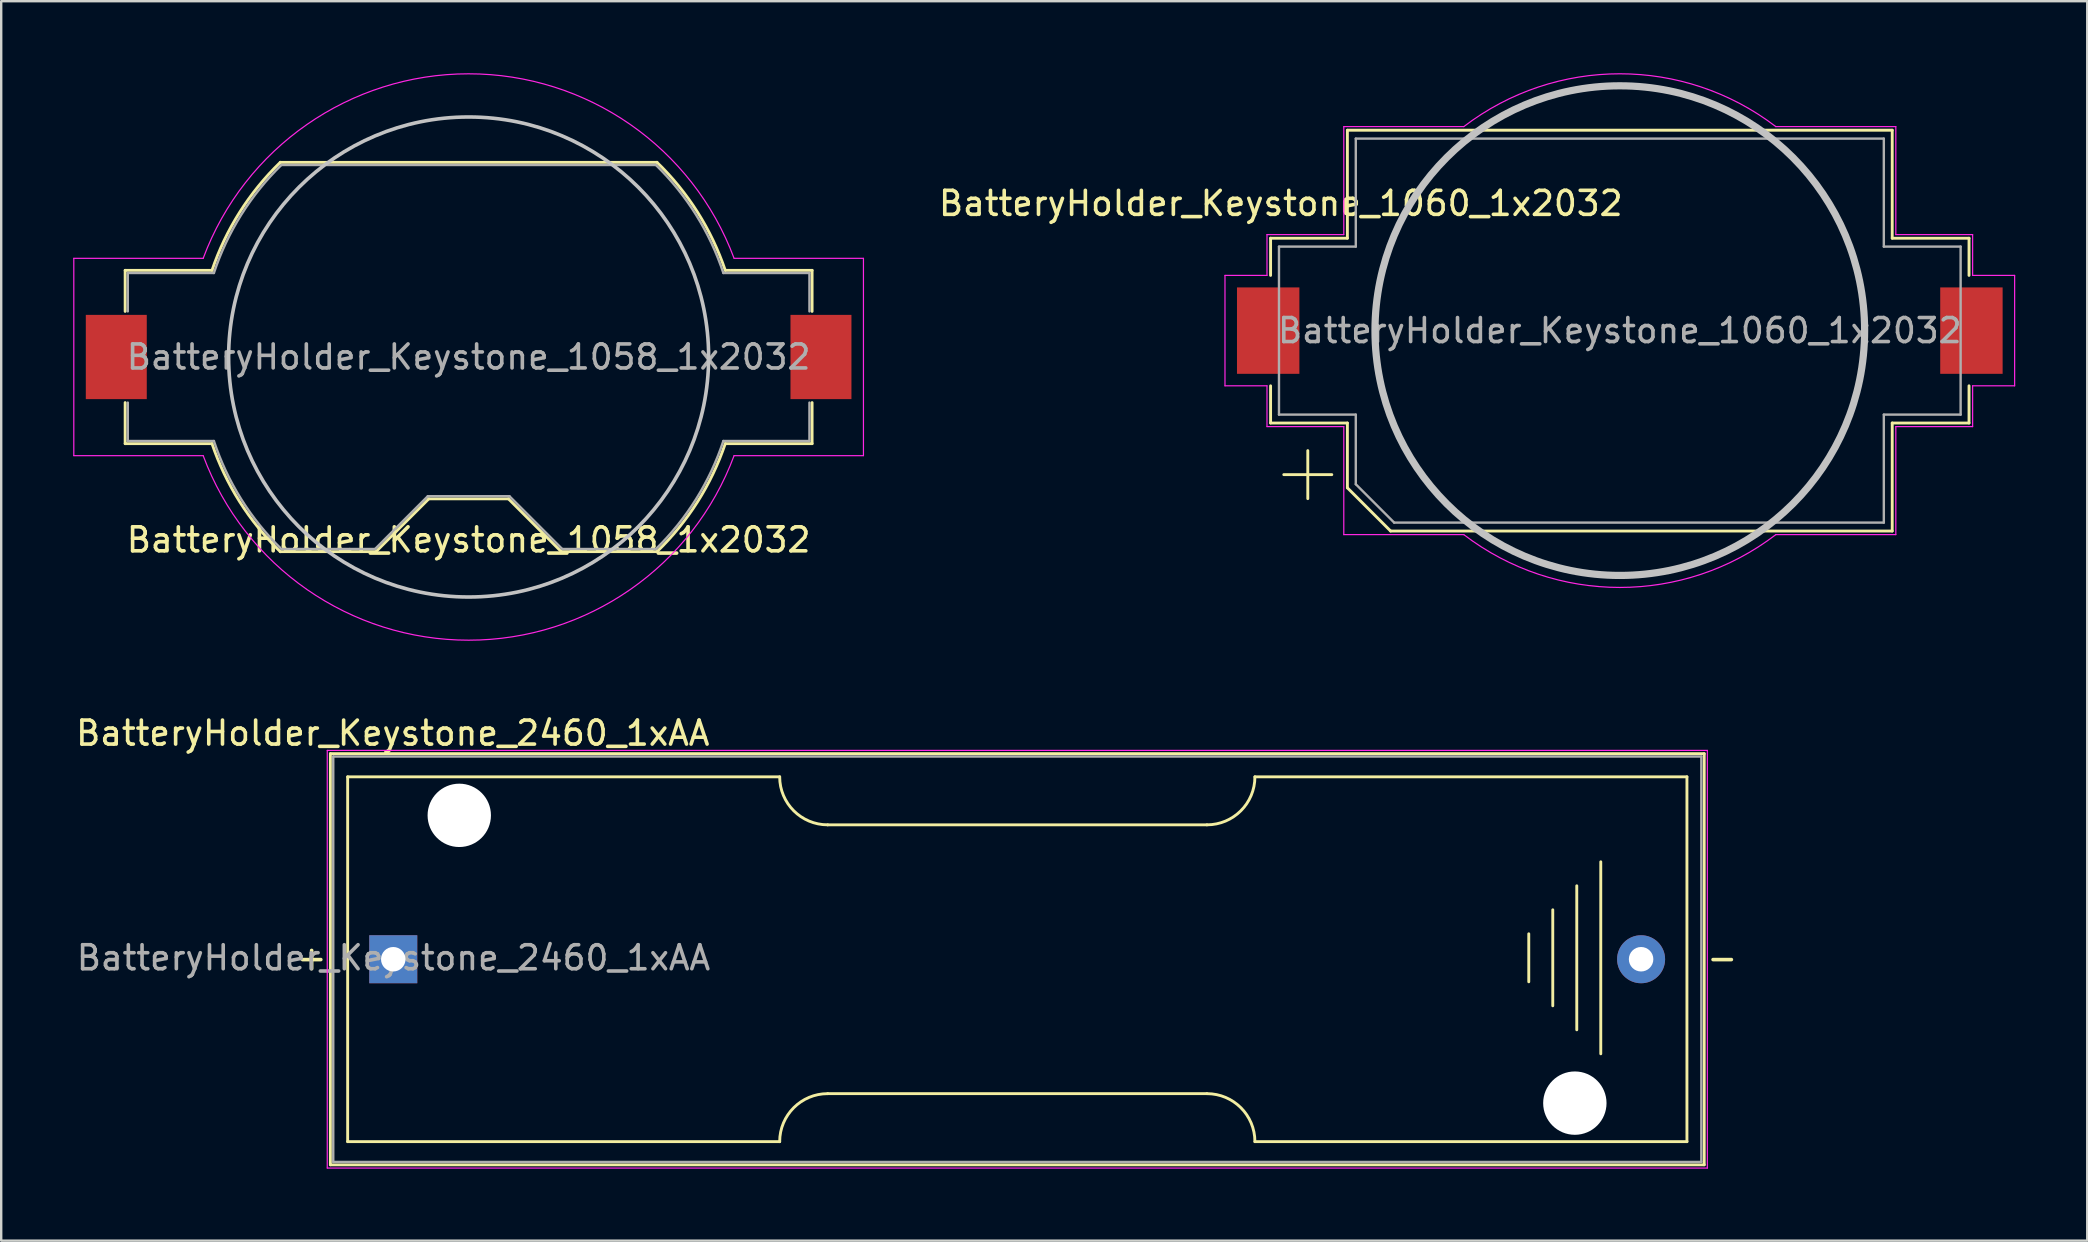
<source format=kicad_pcb>
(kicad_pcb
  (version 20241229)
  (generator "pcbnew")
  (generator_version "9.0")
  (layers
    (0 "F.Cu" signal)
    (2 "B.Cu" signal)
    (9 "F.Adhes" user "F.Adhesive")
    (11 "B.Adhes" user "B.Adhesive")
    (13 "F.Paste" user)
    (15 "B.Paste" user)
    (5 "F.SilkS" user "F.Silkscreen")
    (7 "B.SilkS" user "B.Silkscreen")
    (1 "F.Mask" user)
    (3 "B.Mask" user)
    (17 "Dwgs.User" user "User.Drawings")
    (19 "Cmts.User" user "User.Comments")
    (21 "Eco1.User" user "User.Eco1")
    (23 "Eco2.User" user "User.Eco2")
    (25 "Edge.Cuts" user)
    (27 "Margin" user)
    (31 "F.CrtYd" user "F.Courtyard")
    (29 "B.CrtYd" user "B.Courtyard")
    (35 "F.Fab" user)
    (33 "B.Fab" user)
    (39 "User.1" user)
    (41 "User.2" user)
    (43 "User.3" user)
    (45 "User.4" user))
  (footprint "BatteryHolder_Keystone_2460_1xAA"
    (layer "F.Cu")
    (at 13.335 36.916)
    (property "Reference" "BatteryHolder_Keystone_2460_1xAA" (at -0.02 -9.42 180) (layer "F.SilkS") (effects (font (size 1 1) (thickness 0.15))))
    (attr through_hole)
    (fp_line (start -2.62 -8.565) (end 54.62 -8.565) (stroke (width 0.12) (type solid)) (layer "F.SilkS"))
    (fp_line (start -2.62 8.565) (end -2.62 -8.565) (stroke (width 0.12) (type solid)) (layer "F.SilkS"))
    (fp_line (start -1.9 -7.6) (end -1.9 7.6) (stroke (width 0.12) (type solid)) (layer "F.SilkS"))
    (fp_line (start -1.9 -7.6) (end 16.1 -7.6) (stroke (width 0.12) (type solid)) (layer "F.SilkS"))
    (fp_line (start -1.9 7.6) (end 16.1 7.6) (stroke (width 0.12) (type solid)) (layer "F.SilkS"))
    (fp_line (start 18.1 -5.6) (end 33.9 -5.6) (stroke (width 0.12) (type solid)) (layer "F.SilkS"))
    (fp_line (start 33.9 5.6) (end 18.1 5.6) (stroke (width 0.12) (type solid)) (layer "F.SilkS"))
    (fp_line (start 35.9 -7.6) (end 53.9 -7.6) (stroke (width 0.12) (type solid)) (layer "F.SilkS"))
    (fp_line (start 35.9 7.6) (end 53.9 7.6) (stroke (width 0.12) (type solid)) (layer "F.SilkS"))
    (fp_line (start 47.31 -1.06) (end 47.31 0.94) (stroke (width 0.12) (type solid)) (layer "F.SilkS"))
    (fp_line (start 48.31 -2.06) (end 48.31 1.94) (stroke (width 0.12) (type solid)) (layer "F.SilkS"))
    (fp_line (start 49.31 2.94) (end 49.31 -3.06) (stroke (width 0.12) (type solid)) (layer "F.SilkS"))
    (fp_line (start 50.31 -4.06) (end 50.31 3.94) (stroke (width 0.12) (type solid)) (layer "F.SilkS"))
    (fp_line (start 53.9 -7.6) (end 53.9 7.6) (stroke (width 0.12) (type solid)) (layer "F.SilkS"))
    (fp_line (start 54.62 -8.565) (end 54.62 8.565) (stroke (width 0.12) (type solid)) (layer "F.SilkS"))
    (fp_line (start 54.62 8.565) (end -2.62 8.565) (stroke (width 0.12) (type solid)) (layer "F.SilkS"))
    (fp_arc (start 16.1 7.6) (mid 16.685786 6.185786) (end 18.1 5.6) (stroke (width 0.12) (type solid)) (layer "F.SilkS"))
    (fp_arc (start 18.1 -5.6) (mid 16.685786 -6.185786) (end 16.1 -7.6) (stroke (width 0.12) (type solid)) (layer "F.SilkS"))
    (fp_arc (start 33.9 5.6) (mid 35.314214 6.185786) (end 35.9 7.6) (stroke (width 0.12) (type solid)) (layer "F.SilkS"))
    (fp_arc (start 35.9 -7.6) (mid 35.314214 -6.185786) (end 33.9 -5.6) (stroke (width 0.12) (type solid)) (layer "F.SilkS"))
    (fp_line (start -2.75 -8.7) (end 54.75 -8.7) (stroke (width 0.05) (type solid)) (layer "F.CrtYd"))
    (fp_line (start -2.75 8.7) (end -2.75 -8.7) (stroke (width 0.05) (type solid)) (layer "F.CrtYd"))
    (fp_line (start 54.75 -8.7) (end 54.75 8.7) (stroke (width 0.05) (type solid)) (layer "F.CrtYd"))
    (fp_line (start 54.75 8.7) (end -2.75 8.7) (stroke (width 0.05) (type solid)) (layer "F.CrtYd"))
    (fp_line (start -2.5 -8.445) (end -2.5 8.445) (stroke (width 0.1) (type solid)) (layer "F.Fab"))
    (fp_line (start -2.5 8.445) (end 54.5 8.445) (stroke (width 0.1) (type solid)) (layer "F.Fab"))
    (fp_line (start 54.5 -8.445) (end -2.5 -8.445) (stroke (width 0.1) (type solid)) (layer "F.Fab"))
    (fp_line (start 54.5 8.445) (end 54.5 -8.445) (stroke (width 0.1) (type solid)) (layer "F.Fab"))
    (fp_text user "+" (at -3.4 -0.06 0) (layer "F.SilkS") (effects (font (size 1 1) (thickness 0.15))))
    (fp_text user "-" (at 55.37 -0.06 0) (layer "F.SilkS") (effects (font (size 1 1) (thickness 0.15))))
    (fp_text user "${REFERENCE}" (at 0.01 -0.06 0) (layer "F.Fab") (effects (font (size 1 1) (thickness 0.15))))
    (pad "" np_thru_hole circle (at 2.75 -5.995 90) (size 2.64 2.64) (drill 2.64) (layers "*.Cu" "*.Mask"))
    (pad "" np_thru_hole circle (at 49.23 5.995) (size 2.64 2.64) (drill 2.64) (layers "*.Cu" "*.Mask"))
    (pad "1" thru_hole rect (at 0 0 180) (size 2 2) (drill 1.02) (layers "*.Cu" "*.Mask"))
    (pad "2" thru_hole circle (at 51.99 0 180) (size 2 2) (drill 1.02) (layers "*.Cu" "*.Mask")))
  (footprint "BatteryHolder_Keystone_1060_1x2032"
    (layer "F.Cu")
    (at 64.438 10.725)
    (property "Reference" "BatteryHolder_Keystone_1060_1x2032" (at -14.125 -5.3 0) (layer "F.SilkS") (effects (font (size 1 1) (thickness 0.15))))
    (attr smd)
    (fp_line (start -14.55 -3.85) (end -14.55 -2.3) (stroke (width 0.12) (type solid)) (layer "F.SilkS"))
    (fp_line (start -14.55 3.85) (end -14.55 2.3) (stroke (width 0.12) (type solid)) (layer "F.SilkS"))
    (fp_line (start -13 5) (end -13 7) (stroke (width 0.12) (type solid)) (layer "F.SilkS"))
    (fp_line (start -12 6) (end -14 6) (stroke (width 0.12) (type solid)) (layer "F.SilkS"))
    (fp_line (start -11.35 -8.35) (end -11.35 -3.85) (stroke (width 0.12) (type solid)) (layer "F.SilkS"))
    (fp_line (start -11.35 -8.35) (end 11.35 -8.35) (stroke (width 0.12) (type solid)) (layer "F.SilkS"))
    (fp_line (start -11.35 -3.85) (end -14.55 -3.85) (stroke (width 0.12) (type solid)) (layer "F.SilkS"))
    (fp_line (start -11.35 3.85) (end -14.55 3.85) (stroke (width 0.12) (type solid)) (layer "F.SilkS"))
    (fp_line (start -11.35 6.55) (end -11.35 3.85) (stroke (width 0.12) (type solid)) (layer "F.SilkS"))
    (fp_line (start -9.55 8.35) (end -11.35 6.55) (stroke (width 0.12) (type solid)) (layer "F.SilkS"))
    (fp_line (start 11.35 -8.35) (end 11.35 -3.85) (stroke (width 0.12) (type solid)) (layer "F.SilkS"))
    (fp_line (start 11.35 -3.85) (end 14.55 -3.85) (stroke (width 0.12) (type solid)) (layer "F.SilkS"))
    (fp_line (start 11.35 3.85) (end 14.55 3.85) (stroke (width 0.12) (type solid)) (layer "F.SilkS"))
    (fp_line (start 11.35 8.35) (end -9.55 8.35) (stroke (width 0.12) (type solid)) (layer "F.SilkS"))
    (fp_line (start 11.35 8.35) (end 11.35 3.85) (stroke (width 0.12) (type solid)) (layer "F.SilkS"))
    (fp_line (start 14.55 -3.85) (end 14.55 -2.3) (stroke (width 0.12) (type solid)) (layer "F.SilkS"))
    (fp_line (start 14.55 3.85) (end 14.55 2.3) (stroke (width 0.12) (type solid)) (layer "F.SilkS"))
    (fp_circle (center 0 0) (end -10.2 0) (stroke (width 0.3) (type solid)) (fill no) (layer "Dwgs.User"))
    (fp_line (start -16.45 2.3) (end -16.45 -2.3) (stroke (width 0.05) (type solid)) (layer "F.CrtYd"))
    (fp_line (start -14.7 -4) (end -11.5 -4) (stroke (width 0.05) (type solid)) (layer "F.CrtYd"))
    (fp_line (start -14.7 -2.3) (end -16.45 -2.3) (stroke (width 0.05) (type solid)) (layer "F.CrtYd"))
    (fp_line (start -14.7 -2.3) (end -14.7 -4) (stroke (width 0.05) (type solid)) (layer "F.CrtYd"))
    (fp_line (start -14.7 2.3) (end -16.45 2.3) (stroke (width 0.05) (type solid)) (layer "F.CrtYd"))
    (fp_line (start -14.7 4) (end -14.7 2.3) (stroke (width 0.05) (type solid)) (layer "F.CrtYd"))
    (fp_line (start -14.7 4) (end -11.5 4) (stroke (width 0.05) (type solid)) (layer "F.CrtYd"))
    (fp_line (start -11.5 -8.5) (end -6.5 -8.5) (stroke (width 0.05) (type solid)) (layer "F.CrtYd"))
    (fp_line (start -11.5 -4) (end -11.5 -8.5) (stroke (width 0.05) (type solid)) (layer "F.CrtYd"))
    (fp_line (start -11.5 4) (end -11.5 8.5) (stroke (width 0.05) (type solid)) (layer "F.CrtYd"))
    (fp_line (start -6.5 8.5) (end -11.5 8.5) (stroke (width 0.05) (type solid)) (layer "F.CrtYd"))
    (fp_line (start 11.5 -8.5) (end 6.5 -8.5) (stroke (width 0.05) (type solid)) (layer "F.CrtYd"))
    (fp_line (start 11.5 -8.5) (end 11.5 -4) (stroke (width 0.05) (type solid)) (layer "F.CrtYd"))
    (fp_line (start 11.5 -4) (end 14.7 -4) (stroke (width 0.05) (type solid)) (layer "F.CrtYd"))
    (fp_line (start 11.5 4) (end 11.5 8.5) (stroke (width 0.05) (type solid)) (layer "F.CrtYd"))
    (fp_line (start 11.5 8.5) (end 6.5 8.5) (stroke (width 0.05) (type solid)) (layer "F.CrtYd"))
    (fp_line (start 14.7 -4) (end 14.7 -2.3) (stroke (width 0.05) (type solid)) (layer "F.CrtYd"))
    (fp_line (start 14.7 -2.3) (end 16.45 -2.3) (stroke (width 0.05) (type solid)) (layer "F.CrtYd"))
    (fp_line (start 14.7 2.3) (end 14.7 4) (stroke (width 0.05) (type solid)) (layer "F.CrtYd"))
    (fp_line (start 14.7 4) (end 11.5 4) (stroke (width 0.05) (type solid)) (layer "F.CrtYd"))
    (fp_line (start 16.45 -2.3) (end 16.45 2.3) (stroke (width 0.05) (type solid)) (layer "F.CrtYd"))
    (fp_line (start 16.45 2.3) (end 14.7 2.3) (stroke (width 0.05) (type solid)) (layer "F.CrtYd"))
    (fp_arc (start -6.499999 -8.5) (mid 0 -10.700467) (end 6.5 -8.5) (stroke (width 0.05) (type solid)) (layer "F.CrtYd"))
    (fp_arc (start 6.499999 8.5) (mid 0 10.700467) (end -6.5 8.5) (stroke (width 0.05) (type solid)) (layer "F.CrtYd"))
    (fp_line (start -14.2 -3.5) (end -11 -3.5) (stroke (width 0.1) (type solid)) (layer "F.Fab"))
    (fp_line (start -14.2 3.5) (end -14.2 -3.5) (stroke (width 0.1) (type solid)) (layer "F.Fab"))
    (fp_line (start -11 -8) (end -11 -3.5) (stroke (width 0.1) (type solid)) (layer "F.Fab"))
    (fp_line (start -11 3.5) (end -14.2 3.5) (stroke (width 0.1) (type solid)) (layer "F.Fab"))
    (fp_line (start -11 6.4) (end -11 3.5) (stroke (width 0.1) (type solid)) (layer "F.Fab"))
    (fp_line (start -9.4 8) (end -11 6.4) (stroke (width 0.1) (type solid)) (layer "F.Fab"))
    (fp_line (start 11 -8) (end -11 -8) (stroke (width 0.1) (type solid)) (layer "F.Fab"))
    (fp_line (start 11 -8) (end 11 -3.5) (stroke (width 0.1) (type solid)) (layer "F.Fab"))
    (fp_line (start 11 3.5) (end 14.2 3.5) (stroke (width 0.1) (type solid)) (layer "F.Fab"))
    (fp_line (start 11 8) (end -9.4 8) (stroke (width 0.1) (type solid)) (layer "F.Fab"))
    (fp_line (start 11 8) (end 11 3.5) (stroke (width 0.1) (type solid)) (layer "F.Fab"))
    (fp_line (start 14.2 -3.5) (end 11 -3.5) (stroke (width 0.1) (type solid)) (layer "F.Fab"))
    (fp_line (start 14.2 3.5) (end 14.2 -3.5) (stroke (width 0.1) (type solid)) (layer "F.Fab"))
    (fp_text user "${REFERENCE}" (at 0 0 0) (layer "F.Fab") (effects (font (size 1 1) (thickness 0.15))))
    (pad "1" smd rect (at -14.65 0 180) (size 2.6 3.6) (layers "F.Cu" "F.Mask" "F.Paste"))
    (pad "2" smd rect (at 14.65 0 180) (size 2.6 3.6) (layers "F.Cu" "F.Mask" "F.Paste")))
  (footprint "BatteryHolder_Keystone_1058_1x2032"
    (layer "F.Cu")
    (at 16.475 11.824)
    (property "Reference" "BatteryHolder_Keystone_1058_1x2032" (at 0 7.62 0) (layer "F.SilkS") (effects (font (size 1 1) (thickness 0.15))))
    (attr smd)
    (fp_line (start -14.31 -3.61) (end -10.692 -3.61) (stroke (width 0.12) (type solid)) (layer "F.SilkS"))
    (fp_line (start -14.31 -1.9) (end -14.31 -3.61) (stroke (width 0.12) (type solid)) (layer "F.SilkS"))
    (fp_line (start -14.31 1.9) (end -14.31 3.61) (stroke (width 0.12) (type solid)) (layer "F.SilkS"))
    (fp_line (start -10.692 3.61) (end -14.31 3.61) (stroke (width 0.12) (type solid)) (layer "F.SilkS"))
    (fp_line (start -7.847 -8.11) (end 7.847 -8.11) (stroke (width 0.12) (type solid)) (layer "F.SilkS"))
    (fp_line (start -3.86 8.11) (end -7.847 8.11) (stroke (width 0.12) (type solid)) (layer "F.SilkS"))
    (fp_line (start -1.66 5.91) (end -3.86 8.11) (stroke (width 0.12) (type solid)) (layer "F.SilkS"))
    (fp_line (start 1.66 5.91) (end -1.66 5.91) (stroke (width 0.12) (type solid)) (layer "F.SilkS"))
    (fp_line (start 1.66 5.91) (end 3.86 8.11) (stroke (width 0.12) (type solid)) (layer "F.SilkS"))
    (fp_line (start 7.847 8.11) (end 3.86 8.11) (stroke (width 0.12) (type solid)) (layer "F.SilkS"))
    (fp_line (start 10.692 -3.61) (end 14.31 -3.61) (stroke (width 0.12) (type solid)) (layer "F.SilkS"))
    (fp_line (start 14.31 -1.9) (end 14.31 -3.61) (stroke (width 0.12) (type solid)) (layer "F.SilkS"))
    (fp_line (start 14.31 1.9) (end 14.31 3.61) (stroke (width 0.12) (type solid)) (layer "F.SilkS"))
    (fp_line (start 14.31 3.61) (end 10.692 3.61) (stroke (width 0.12) (type solid)) (layer "F.SilkS"))
    (fp_arc (start -10.692 -3.61) (mid -9.538084 -6.031244) (end -7.845371 -8.111789) (stroke (width 0.12) (type solid)) (layer "F.SilkS"))
    (fp_arc (start -7.845371 8.111789) (mid -9.538085 6.031244) (end -10.692 3.61) (stroke (width 0.12) (type solid)) (layer "F.SilkS"))
    (fp_arc (start 7.845371 -8.111789) (mid 9.538085 -6.031244) (end 10.692 -3.61) (stroke (width 0.12) (type solid)) (layer "F.SilkS"))
    (fp_arc (start 10.692 3.61) (mid 9.538084 6.031244) (end 7.845371 8.111789) (stroke (width 0.12) (type solid)) (layer "F.SilkS"))
    (fp_circle (center 0 0) (end 10 0) (stroke (width 0.15) (type solid)) (fill no) (layer "Dwgs.User"))
    (fp_line (start -16.45 -4.11) (end -16.45 4.11) (stroke (width 0.05) (type solid)) (layer "F.CrtYd"))
    (fp_line (start -16.45 -4.11) (end -11.06 -4.11) (stroke (width 0.05) (type solid)) (layer "F.CrtYd"))
    (fp_line (start -16.45 4.11) (end -11.06 4.11) (stroke (width 0.05) (type solid)) (layer "F.CrtYd"))
    (fp_line (start 11.06 4.11) (end 16.45 4.11) (stroke (width 0.05) (type solid)) (layer "F.CrtYd"))
    (fp_line (start 16.45 -4.11) (end 11.06 -4.11) (stroke (width 0.05) (type solid)) (layer "F.CrtYd"))
    (fp_line (start 16.45 4.11) (end 16.45 -4.11) (stroke (width 0.05) (type solid)) (layer "F.CrtYd"))
    (fp_arc (start -11.06 -4.11) (mid -0.002978 -11.79897) (end 11.057924 -4.115582) (stroke (width 0.05) (type solid)) (layer "F.CrtYd"))
    (fp_arc (start 11.06 4.11) (mid 0.002978 11.79897) (end -11.057924 4.115582) (stroke (width 0.05) (type solid)) (layer "F.CrtYd"))
    (fp_line (start -14.2 -3.5) (end -14.2 -1.9) (stroke (width 0.1) (type solid)) (layer "F.Fab"))
    (fp_line (start -14.2 -3.5) (end -10.613 -3.5) (stroke (width 0.1) (type solid)) (layer "F.Fab"))
    (fp_line (start -14.2 1.9) (end -14.2 3.5) (stroke (width 0.1) (type solid)) (layer "F.Fab"))
    (fp_line (start -14.2 3.5) (end -10.613 3.5) (stroke (width 0.1) (type solid)) (layer "F.Fab"))
    (fp_line (start -7.803 -8) (end 7.803 -8) (stroke (width 0.1) (type solid)) (layer "F.Fab"))
    (fp_line (start -3.9 8) (end -7.803 8) (stroke (width 0.1) (type solid)) (layer "F.Fab"))
    (fp_line (start -1.7 5.8) (end -3.9 8) (stroke (width 0.1) (type solid)) (layer "F.Fab"))
    (fp_line (start -1.7 5.8) (end 1.7 5.8) (stroke (width 0.1) (type solid)) (layer "F.Fab"))
    (fp_line (start 1.7 5.8) (end 3.9 8) (stroke (width 0.1) (type solid)) (layer "F.Fab"))
    (fp_line (start 3.9 8) (end 7.803 8) (stroke (width 0.1) (type solid)) (layer "F.Fab"))
    (fp_line (start 10.613 -3.5) (end 14.2 -3.5) (stroke (width 0.1) (type solid)) (layer "F.Fab"))
    (fp_line (start 14.2 -3.5) (end 14.2 -1.9) (stroke (width 0.1) (type solid)) (layer "F.Fab"))
    (fp_line (start 14.2 1.9) (end 14.2 3.5) (stroke (width 0.1) (type solid)) (layer "F.Fab"))
    (fp_line (start 14.2 3.5) (end 10.613 3.5) (stroke (width 0.1) (type solid)) (layer "F.Fab"))
    (fp_arc (start -10.61275 -3.5) (mid -9.478596 -5.919179) (end -7.802602 -7.999992) (stroke (width 0.1) (type solid)) (layer "F.Fab"))
    (fp_arc (start -7.802602 7.999992) (mid -9.478596 5.91918) (end -10.61275 3.5) (stroke (width 0.1) (type solid)) (layer "F.Fab"))
    (fp_arc (start 7.802602 -7.999992) (mid 9.478596 -5.91918) (end 10.61275 -3.5) (stroke (width 0.1) (type solid)) (layer "F.Fab"))
    (fp_arc (start 10.61275 3.5) (mid 9.478596 5.919179) (end 7.802602 7.999992) (stroke (width 0.1) (type solid)) (layer "F.Fab"))
    (fp_text user "${REFERENCE}" (at 0 0 0) (layer "F.Fab") (effects (font (size 1 1) (thickness 0.15))))
    (pad "1" smd rect (at -14.68 0) (size 2.54 3.51) (layers "F.Cu" "F.Mask" "F.Paste"))
    (pad "2" smd rect (at 14.68 0) (size 2.54 3.51) (layers "F.Cu" "F.Mask" "F.Paste")))
  (gr_rect
    (start -3 -3)
    (end 83.913 48.641)
    (stroke (width 0.1) (type default))
    (fill no)
    (layer "Edge.Cuts")))
</source>
